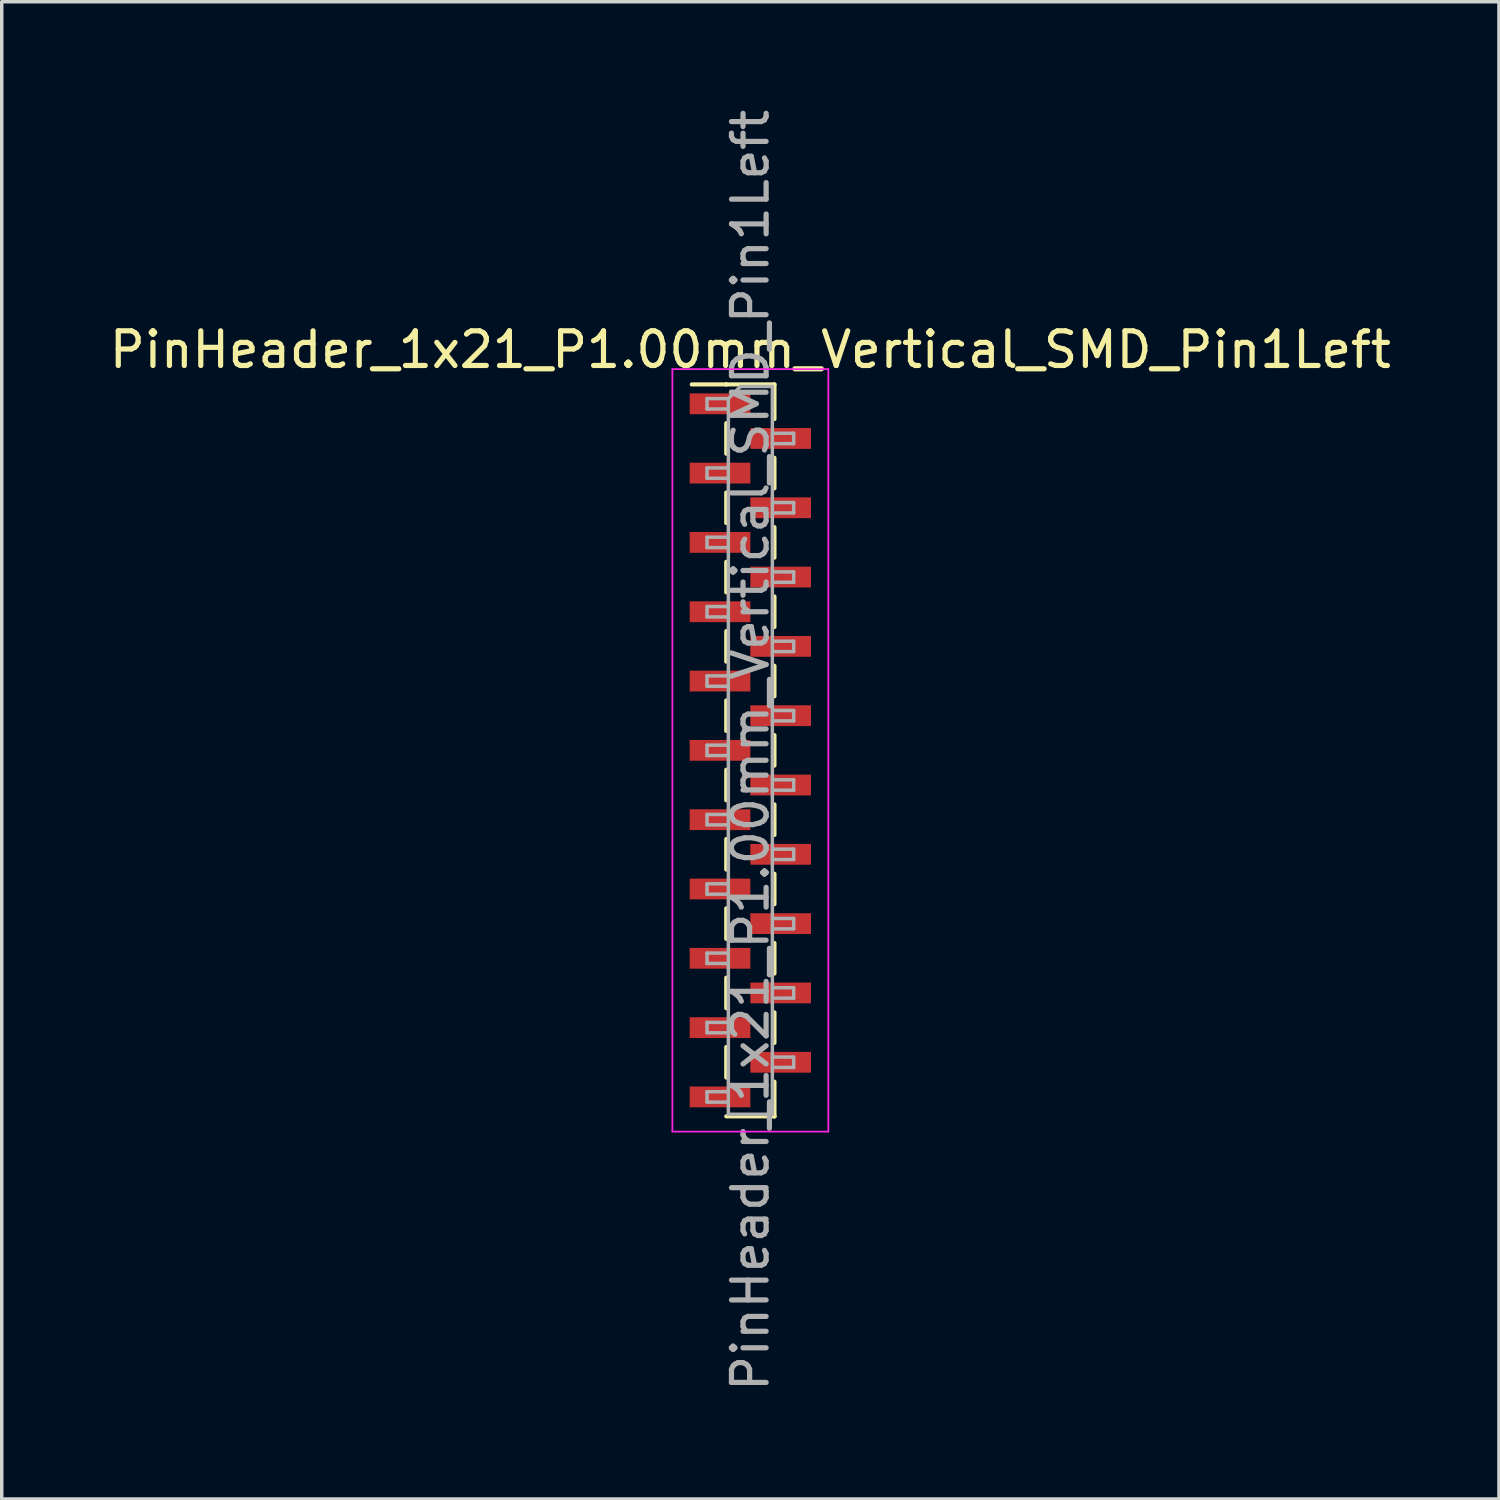
<source format=kicad_pcb>
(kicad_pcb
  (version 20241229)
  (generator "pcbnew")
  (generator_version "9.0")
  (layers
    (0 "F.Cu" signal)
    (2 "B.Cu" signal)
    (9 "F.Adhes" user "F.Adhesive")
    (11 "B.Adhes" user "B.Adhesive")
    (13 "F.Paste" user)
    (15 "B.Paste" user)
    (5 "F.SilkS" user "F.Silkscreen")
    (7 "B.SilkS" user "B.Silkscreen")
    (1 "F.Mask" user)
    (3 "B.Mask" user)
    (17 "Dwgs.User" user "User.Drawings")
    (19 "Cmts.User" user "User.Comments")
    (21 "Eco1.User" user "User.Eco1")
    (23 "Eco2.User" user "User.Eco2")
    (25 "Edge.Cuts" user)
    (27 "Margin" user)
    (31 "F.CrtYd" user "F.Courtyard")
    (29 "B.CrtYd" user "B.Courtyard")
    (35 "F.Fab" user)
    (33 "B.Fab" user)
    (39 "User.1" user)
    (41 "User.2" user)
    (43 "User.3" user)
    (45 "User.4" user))
  (footprint "PinHeader_1x21_P1.00mm_Vertical_SMD_Pin1Left"
    (layer "F.Cu")
    (at 18.601 18.601)
    (property "Reference" "PinHeader_1x21_P1.00mm_Vertical_SMD_Pin1Left" (at 0 -11.56 0) (layer "F.SilkS") (effects (font (size 1 1) (thickness 0.15))))
    (attr smd)
    (fp_line (start -0.695 -10.56) (end -1.69 -10.56) (stroke (width 0.12) (type solid)) (layer "F.SilkS"))
    (fp_line (start -0.695 -10.56) (end -0.695 -10.56) (stroke (width 0.12) (type solid)) (layer "F.SilkS"))
    (fp_line (start -0.695 -10.56) (end 0.695 -10.56) (stroke (width 0.12) (type solid)) (layer "F.SilkS"))
    (fp_line (start -0.695 -9.44) (end -0.695 -8.56) (stroke (width 0.12) (type solid)) (layer "F.SilkS"))
    (fp_line (start -0.695 -7.44) (end -0.695 -6.56) (stroke (width 0.12) (type solid)) (layer "F.SilkS"))
    (fp_line (start -0.695 -5.44) (end -0.695 -4.56) (stroke (width 0.12) (type solid)) (layer "F.SilkS"))
    (fp_line (start -0.695 -3.44) (end -0.695 -2.56) (stroke (width 0.12) (type solid)) (layer "F.SilkS"))
    (fp_line (start -0.695 -1.44) (end -0.695 -0.56) (stroke (width 0.12) (type solid)) (layer "F.SilkS"))
    (fp_line (start -0.695 0.56) (end -0.695 1.44) (stroke (width 0.12) (type solid)) (layer "F.SilkS"))
    (fp_line (start -0.695 2.56) (end -0.695 3.44) (stroke (width 0.12) (type solid)) (layer "F.SilkS"))
    (fp_line (start -0.695 4.56) (end -0.695 5.44) (stroke (width 0.12) (type solid)) (layer "F.SilkS"))
    (fp_line (start -0.695 6.56) (end -0.695 7.44) (stroke (width 0.12) (type solid)) (layer "F.SilkS"))
    (fp_line (start -0.695 8.56) (end -0.695 9.44) (stroke (width 0.12) (type solid)) (layer "F.SilkS"))
    (fp_line (start -0.695 10.56) (end 0.695 10.56) (stroke (width 0.12) (type solid)) (layer "F.SilkS"))
    (fp_line (start 0.695 -10.56) (end 0.695 -9.56) (stroke (width 0.12) (type solid)) (layer "F.SilkS"))
    (fp_line (start 0.695 -8.44) (end 0.695 -7.56) (stroke (width 0.12) (type solid)) (layer "F.SilkS"))
    (fp_line (start 0.695 -6.44) (end 0.695 -5.56) (stroke (width 0.12) (type solid)) (layer "F.SilkS"))
    (fp_line (start 0.695 -4.44) (end 0.695 -3.56) (stroke (width 0.12) (type solid)) (layer "F.SilkS"))
    (fp_line (start 0.695 -2.44) (end 0.695 -1.56) (stroke (width 0.12) (type solid)) (layer "F.SilkS"))
    (fp_line (start 0.695 -0.44) (end 0.695 0.44) (stroke (width 0.12) (type solid)) (layer "F.SilkS"))
    (fp_line (start 0.695 1.56) (end 0.695 2.44) (stroke (width 0.12) (type solid)) (layer "F.SilkS"))
    (fp_line (start 0.695 3.56) (end 0.695 4.44) (stroke (width 0.12) (type solid)) (layer "F.SilkS"))
    (fp_line (start 0.695 5.56) (end 0.695 6.44) (stroke (width 0.12) (type solid)) (layer "F.SilkS"))
    (fp_line (start 0.695 7.56) (end 0.695 8.44) (stroke (width 0.12) (type solid)) (layer "F.SilkS"))
    (fp_line (start 0.695 9.56) (end 0.695 10.56) (stroke (width 0.12) (type solid)) (layer "F.SilkS"))
    (fp_line (start 0.695 10.56) (end 0.695 10.56) (stroke (width 0.12) (type solid)) (layer "F.SilkS"))
    (fp_line (start -2.25 -11) (end -2.25 11) (stroke (width 0.05) (type solid)) (layer "F.CrtYd"))
    (fp_line (start -2.25 11) (end 2.25 11) (stroke (width 0.05) (type solid)) (layer "F.CrtYd"))
    (fp_line (start 2.25 -11) (end -2.25 -11) (stroke (width 0.05) (type solid)) (layer "F.CrtYd"))
    (fp_line (start 2.25 11) (end 2.25 -11) (stroke (width 0.05) (type solid)) (layer "F.CrtYd"))
    (fp_line (start -1.25 -10.15) (end -1.25 -9.85) (stroke (width 0.1) (type solid)) (layer "F.Fab"))
    (fp_line (start -1.25 -9.85) (end -0.635 -9.85) (stroke (width 0.1) (type solid)) (layer "F.Fab"))
    (fp_line (start -1.25 -8.15) (end -1.25 -7.85) (stroke (width 0.1) (type solid)) (layer "F.Fab"))
    (fp_line (start -1.25 -7.85) (end -0.635 -7.85) (stroke (width 0.1) (type solid)) (layer "F.Fab"))
    (fp_line (start -1.25 -6.15) (end -1.25 -5.85) (stroke (width 0.1) (type solid)) (layer "F.Fab"))
    (fp_line (start -1.25 -5.85) (end -0.635 -5.85) (stroke (width 0.1) (type solid)) (layer "F.Fab"))
    (fp_line (start -1.25 -4.15) (end -1.25 -3.85) (stroke (width 0.1) (type solid)) (layer "F.Fab"))
    (fp_line (start -1.25 -3.85) (end -0.635 -3.85) (stroke (width 0.1) (type solid)) (layer "F.Fab"))
    (fp_line (start -1.25 -2.15) (end -1.25 -1.85) (stroke (width 0.1) (type solid)) (layer "F.Fab"))
    (fp_line (start -1.25 -1.85) (end -0.635 -1.85) (stroke (width 0.1) (type solid)) (layer "F.Fab"))
    (fp_line (start -1.25 -0.15) (end -1.25 0.15) (stroke (width 0.1) (type solid)) (layer "F.Fab"))
    (fp_line (start -1.25 0.15) (end -0.635 0.15) (stroke (width 0.1) (type solid)) (layer "F.Fab"))
    (fp_line (start -1.25 1.85) (end -1.25 2.15) (stroke (width 0.1) (type solid)) (layer "F.Fab"))
    (fp_line (start -1.25 2.15) (end -0.635 2.15) (stroke (width 0.1) (type solid)) (layer "F.Fab"))
    (fp_line (start -1.25 3.85) (end -1.25 4.15) (stroke (width 0.1) (type solid)) (layer "F.Fab"))
    (fp_line (start -1.25 4.15) (end -0.635 4.15) (stroke (width 0.1) (type solid)) (layer "F.Fab"))
    (fp_line (start -1.25 5.85) (end -1.25 6.15) (stroke (width 0.1) (type solid)) (layer "F.Fab"))
    (fp_line (start -1.25 6.15) (end -0.635 6.15) (stroke (width 0.1) (type solid)) (layer "F.Fab"))
    (fp_line (start -1.25 7.85) (end -1.25 8.15) (stroke (width 0.1) (type solid)) (layer "F.Fab"))
    (fp_line (start -1.25 8.15) (end -0.635 8.15) (stroke (width 0.1) (type solid)) (layer "F.Fab"))
    (fp_line (start -1.25 9.85) (end -1.25 10.15) (stroke (width 0.1) (type solid)) (layer "F.Fab"))
    (fp_line (start -1.25 10.15) (end -0.635 10.15) (stroke (width 0.1) (type solid)) (layer "F.Fab"))
    (fp_line (start -0.635 -10.15) (end -1.25 -10.15) (stroke (width 0.1) (type solid)) (layer "F.Fab"))
    (fp_line (start -0.635 -10.15) (end -0.285 -10.5) (stroke (width 0.1) (type solid)) (layer "F.Fab"))
    (fp_line (start -0.635 -8.15) (end -1.25 -8.15) (stroke (width 0.1) (type solid)) (layer "F.Fab"))
    (fp_line (start -0.635 -6.15) (end -1.25 -6.15) (stroke (width 0.1) (type solid)) (layer "F.Fab"))
    (fp_line (start -0.635 -4.15) (end -1.25 -4.15) (stroke (width 0.1) (type solid)) (layer "F.Fab"))
    (fp_line (start -0.635 -2.15) (end -1.25 -2.15) (stroke (width 0.1) (type solid)) (layer "F.Fab"))
    (fp_line (start -0.635 -0.15) (end -1.25 -0.15) (stroke (width 0.1) (type solid)) (layer "F.Fab"))
    (fp_line (start -0.635 1.85) (end -1.25 1.85) (stroke (width 0.1) (type solid)) (layer "F.Fab"))
    (fp_line (start -0.635 3.85) (end -1.25 3.85) (stroke (width 0.1) (type solid)) (layer "F.Fab"))
    (fp_line (start -0.635 5.85) (end -1.25 5.85) (stroke (width 0.1) (type solid)) (layer "F.Fab"))
    (fp_line (start -0.635 7.85) (end -1.25 7.85) (stroke (width 0.1) (type solid)) (layer "F.Fab"))
    (fp_line (start -0.635 9.85) (end -1.25 9.85) (stroke (width 0.1) (type solid)) (layer "F.Fab"))
    (fp_line (start -0.635 10.5) (end -0.635 -10.15) (stroke (width 0.1) (type solid)) (layer "F.Fab"))
    (fp_line (start -0.285 -10.5) (end 0.635 -10.5) (stroke (width 0.1) (type solid)) (layer "F.Fab"))
    (fp_line (start 0.635 -10.5) (end 0.635 10.5) (stroke (width 0.1) (type solid)) (layer "F.Fab"))
    (fp_line (start 0.635 -9.15) (end 1.25 -9.15) (stroke (width 0.1) (type solid)) (layer "F.Fab"))
    (fp_line (start 0.635 -7.15) (end 1.25 -7.15) (stroke (width 0.1) (type solid)) (layer "F.Fab"))
    (fp_line (start 0.635 -5.15) (end 1.25 -5.15) (stroke (width 0.1) (type solid)) (layer "F.Fab"))
    (fp_line (start 0.635 -3.15) (end 1.25 -3.15) (stroke (width 0.1) (type solid)) (layer "F.Fab"))
    (fp_line (start 0.635 -1.15) (end 1.25 -1.15) (stroke (width 0.1) (type solid)) (layer "F.Fab"))
    (fp_line (start 0.635 0.85) (end 1.25 0.85) (stroke (width 0.1) (type solid)) (layer "F.Fab"))
    (fp_line (start 0.635 2.85) (end 1.25 2.85) (stroke (width 0.1) (type solid)) (layer "F.Fab"))
    (fp_line (start 0.635 4.85) (end 1.25 4.85) (stroke (width 0.1) (type solid)) (layer "F.Fab"))
    (fp_line (start 0.635 6.85) (end 1.25 6.85) (stroke (width 0.1) (type solid)) (layer "F.Fab"))
    (fp_line (start 0.635 8.85) (end 1.25 8.85) (stroke (width 0.1) (type solid)) (layer "F.Fab"))
    (fp_line (start 0.635 10.5) (end -0.635 10.5) (stroke (width 0.1) (type solid)) (layer "F.Fab"))
    (fp_line (start 1.25 -9.15) (end 1.25 -8.85) (stroke (width 0.1) (type solid)) (layer "F.Fab"))
    (fp_line (start 1.25 -8.85) (end 0.635 -8.85) (stroke (width 0.1) (type solid)) (layer "F.Fab"))
    (fp_line (start 1.25 -7.15) (end 1.25 -6.85) (stroke (width 0.1) (type solid)) (layer "F.Fab"))
    (fp_line (start 1.25 -6.85) (end 0.635 -6.85) (stroke (width 0.1) (type solid)) (layer "F.Fab"))
    (fp_line (start 1.25 -5.15) (end 1.25 -4.85) (stroke (width 0.1) (type solid)) (layer "F.Fab"))
    (fp_line (start 1.25 -4.85) (end 0.635 -4.85) (stroke (width 0.1) (type solid)) (layer "F.Fab"))
    (fp_line (start 1.25 -3.15) (end 1.25 -2.85) (stroke (width 0.1) (type solid)) (layer "F.Fab"))
    (fp_line (start 1.25 -2.85) (end 0.635 -2.85) (stroke (width 0.1) (type solid)) (layer "F.Fab"))
    (fp_line (start 1.25 -1.15) (end 1.25 -0.85) (stroke (width 0.1) (type solid)) (layer "F.Fab"))
    (fp_line (start 1.25 -0.85) (end 0.635 -0.85) (stroke (width 0.1) (type solid)) (layer "F.Fab"))
    (fp_line (start 1.25 0.85) (end 1.25 1.15) (stroke (width 0.1) (type solid)) (layer "F.Fab"))
    (fp_line (start 1.25 1.15) (end 0.635 1.15) (stroke (width 0.1) (type solid)) (layer "F.Fab"))
    (fp_line (start 1.25 2.85) (end 1.25 3.15) (stroke (width 0.1) (type solid)) (layer "F.Fab"))
    (fp_line (start 1.25 3.15) (end 0.635 3.15) (stroke (width 0.1) (type solid)) (layer "F.Fab"))
    (fp_line (start 1.25 4.85) (end 1.25 5.15) (stroke (width 0.1) (type solid)) (layer "F.Fab"))
    (fp_line (start 1.25 5.15) (end 0.635 5.15) (stroke (width 0.1) (type solid)) (layer "F.Fab"))
    (fp_line (start 1.25 6.85) (end 1.25 7.15) (stroke (width 0.1) (type solid)) (layer "F.Fab"))
    (fp_line (start 1.25 7.15) (end 0.635 7.15) (stroke (width 0.1) (type solid)) (layer "F.Fab"))
    (fp_line (start 1.25 8.85) (end 1.25 9.15) (stroke (width 0.1) (type solid)) (layer "F.Fab"))
    (fp_line (start 1.25 9.15) (end 0.635 9.15) (stroke (width 0.1) (type solid)) (layer "F.Fab"))
    (fp_text user "${REFERENCE}" (at 0 0 90) (layer "F.Fab") (effects (font (size 1 1) (thickness 0.15))))
    (pad "1" smd rect (at -0.875 -10) (size 1.75 0.6) (layers "F.Cu" "F.Mask" "F.Paste"))
    (pad "2" smd rect (at 0.875 -9) (size 1.75 0.6) (layers "F.Cu" "F.Mask" "F.Paste"))
    (pad "3" smd rect (at -0.875 -8) (size 1.75 0.6) (layers "F.Cu" "F.Mask" "F.Paste"))
    (pad "4" smd rect (at 0.875 -7) (size 1.75 0.6) (layers "F.Cu" "F.Mask" "F.Paste"))
    (pad "5" smd rect (at -0.875 -6) (size 1.75 0.6) (layers "F.Cu" "F.Mask" "F.Paste"))
    (pad "6" smd rect (at 0.875 -5) (size 1.75 0.6) (layers "F.Cu" "F.Mask" "F.Paste"))
    (pad "7" smd rect (at -0.875 -4) (size 1.75 0.6) (layers "F.Cu" "F.Mask" "F.Paste"))
    (pad "8" smd rect (at 0.875 -3) (size 1.75 0.6) (layers "F.Cu" "F.Mask" "F.Paste"))
    (pad "9" smd rect (at -0.875 -2) (size 1.75 0.6) (layers "F.Cu" "F.Mask" "F.Paste"))
    (pad "10" smd rect (at 0.875 -1) (size 1.75 0.6) (layers "F.Cu" "F.Mask" "F.Paste"))
    (pad "11" smd rect (at -0.875 0) (size 1.75 0.6) (layers "F.Cu" "F.Mask" "F.Paste"))
    (pad "12" smd rect (at 0.875 1) (size 1.75 0.6) (layers "F.Cu" "F.Mask" "F.Paste"))
    (pad "13" smd rect (at -0.875 2) (size 1.75 0.6) (layers "F.Cu" "F.Mask" "F.Paste"))
    (pad "14" smd rect (at 0.875 3) (size 1.75 0.6) (layers "F.Cu" "F.Mask" "F.Paste"))
    (pad "15" smd rect (at -0.875 4) (size 1.75 0.6) (layers "F.Cu" "F.Mask" "F.Paste"))
    (pad "16" smd rect (at 0.875 5) (size 1.75 0.6) (layers "F.Cu" "F.Mask" "F.Paste"))
    (pad "17" smd rect (at -0.875 6) (size 1.75 0.6) (layers "F.Cu" "F.Mask" "F.Paste"))
    (pad "18" smd rect (at 0.875 7) (size 1.75 0.6) (layers "F.Cu" "F.Mask" "F.Paste"))
    (pad "19" smd rect (at -0.875 8) (size 1.75 0.6) (layers "F.Cu" "F.Mask" "F.Paste"))
    (pad "20" smd rect (at 0.875 9) (size 1.75 0.6) (layers "F.Cu" "F.Mask" "F.Paste"))
    (pad "21" smd rect (at -0.875 10) (size 1.75 0.6) (layers "F.Cu" "F.Mask" "F.Paste")))
  (gr_rect
    (start -3 -3)
    (end 40.202 40.202)
    (stroke (width 0.1) (type default))
    (fill no)
    (layer "Edge.Cuts")))
</source>
